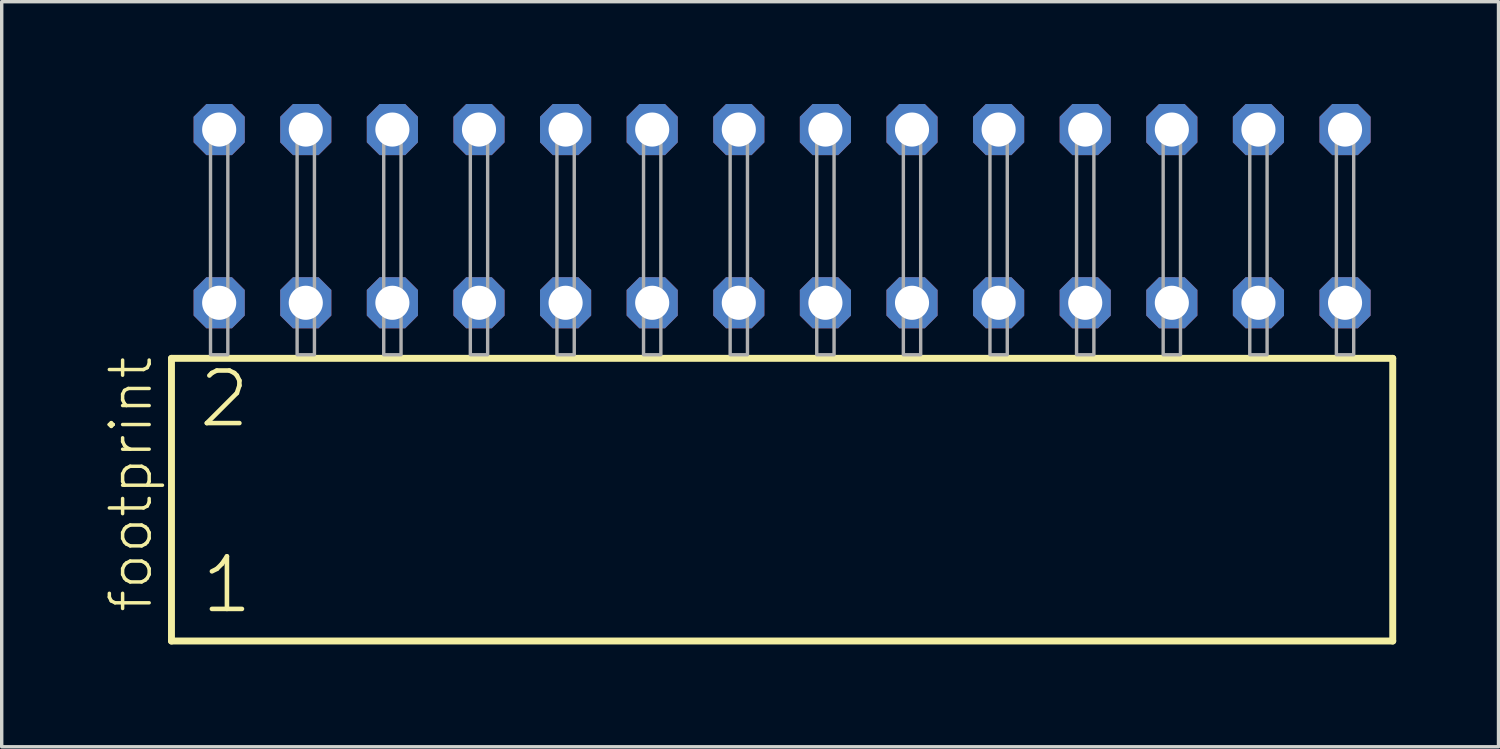
<source format=kicad_pcb>
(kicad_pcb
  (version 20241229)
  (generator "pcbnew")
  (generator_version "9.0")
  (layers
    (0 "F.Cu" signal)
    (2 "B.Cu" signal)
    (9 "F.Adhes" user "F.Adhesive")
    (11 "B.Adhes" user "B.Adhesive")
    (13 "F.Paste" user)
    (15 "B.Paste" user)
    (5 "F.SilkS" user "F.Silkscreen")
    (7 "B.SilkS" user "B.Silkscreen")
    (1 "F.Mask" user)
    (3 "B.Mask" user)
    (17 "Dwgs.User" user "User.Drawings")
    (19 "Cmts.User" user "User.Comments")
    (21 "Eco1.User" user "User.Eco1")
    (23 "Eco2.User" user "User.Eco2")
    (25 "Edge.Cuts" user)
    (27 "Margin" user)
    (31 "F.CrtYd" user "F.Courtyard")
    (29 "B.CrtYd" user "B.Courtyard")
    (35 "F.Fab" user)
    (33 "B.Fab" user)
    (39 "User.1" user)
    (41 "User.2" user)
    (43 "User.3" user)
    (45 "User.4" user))
  (footprint "footprint"
    (layer "F.Cu")
    (at 19.888 7.354)
    (property "Reference" "footprint" (at -18.415 7.62 90) (layer "F.SilkS") (effects (font (size 1.168 1.168) (thickness 0.102)) (justify left bottom)))
    (fp_line (start -17.909 0.106) (end -17.909 8.396) (stroke (width 0.203) (type solid)) (layer "F.SilkS"))
    (fp_line (start -17.909 8.396) (end 17.909 8.396) (stroke (width 0.203) (type solid)) (layer "F.SilkS"))
    (fp_line (start 17.909 0.106) (end -17.909 0.106) (stroke (width 0.203) (type solid)) (layer "F.SilkS"))
    (fp_line (start 17.909 8.396) (end 17.909 0.106) (stroke (width 0.203) (type solid)) (layer "F.SilkS"))
    (fp_poly (pts (xy -16.764 0) (xy -16.256 0) (xy -16.256 -6.858) (xy -16.764 -6.858)) (stroke (width 0.1) (type solid)) (fill no) (layer "F.Fab"))
    (fp_poly (pts (xy -14.224 0) (xy -13.716 0) (xy -13.716 -6.858) (xy -14.224 -6.858)) (stroke (width 0.1) (type solid)) (fill no) (layer "F.Fab"))
    (fp_poly (pts (xy -11.684 0) (xy -11.176 0) (xy -11.176 -6.858) (xy -11.684 -6.858)) (stroke (width 0.1) (type solid)) (fill no) (layer "F.Fab"))
    (fp_poly (pts (xy -9.144 0) (xy -8.636 0) (xy -8.636 -6.858) (xy -9.144 -6.858)) (stroke (width 0.1) (type solid)) (fill no) (layer "F.Fab"))
    (fp_poly (pts (xy -6.604 0) (xy -6.096 0) (xy -6.096 -6.858) (xy -6.604 -6.858)) (stroke (width 0.1) (type solid)) (fill no) (layer "F.Fab"))
    (fp_poly (pts (xy -4.064 0) (xy -3.556 0) (xy -3.556 -6.858) (xy -4.064 -6.858)) (stroke (width 0.1) (type solid)) (fill no) (layer "F.Fab"))
    (fp_poly (pts (xy -1.524 0) (xy -1.016 0) (xy -1.016 -6.858) (xy -1.524 -6.858)) (stroke (width 0.1) (type solid)) (fill no) (layer "F.Fab"))
    (fp_poly (pts (xy 1.016 0) (xy 1.524 0) (xy 1.524 -6.858) (xy 1.016 -6.858)) (stroke (width 0.1) (type solid)) (fill no) (layer "F.Fab"))
    (fp_poly (pts (xy 3.556 0) (xy 4.064 0) (xy 4.064 -6.858) (xy 3.556 -6.858)) (stroke (width 0.1) (type solid)) (fill no) (layer "F.Fab"))
    (fp_poly (pts (xy 6.096 0) (xy 6.604 0) (xy 6.604 -6.858) (xy 6.096 -6.858)) (stroke (width 0.1) (type solid)) (fill no) (layer "F.Fab"))
    (fp_poly (pts (xy 8.636 0) (xy 9.144 0) (xy 9.144 -6.858) (xy 8.636 -6.858)) (stroke (width 0.1) (type solid)) (fill no) (layer "F.Fab"))
    (fp_poly (pts (xy 11.176 0) (xy 11.684 0) (xy 11.684 -6.858) (xy 11.176 -6.858)) (stroke (width 0.1) (type solid)) (fill no) (layer "F.Fab"))
    (fp_poly (pts (xy 13.716 0) (xy 14.224 0) (xy 14.224 -6.858) (xy 13.716 -6.858)) (stroke (width 0.1) (type solid)) (fill no) (layer "F.Fab"))
    (fp_poly (pts (xy 16.256 0) (xy 16.764 0) (xy 16.764 -6.858) (xy 16.256 -6.858)) (stroke (width 0.1) (type solid)) (fill no) (layer "F.Fab"))
    (fp_text user "1" (at -17.105 7.65 0) (layer "F.SilkS") (effects (font (size 1.542 1.542) (thickness 0.134)) (justify left bottom)))
    (fp_text user "2" (at -17.18 2.2 0) (layer "F.SilkS") (effects (font (size 1.542 1.542) (thickness 0.134)) (justify left bottom)))
    (pad "1" thru_hole roundrect (at -16.51 -1.524) (size 1.5 1.5) (drill 1) (layers "*.Cu" "*.Mask") (roundrect_rratio 0.25) (chamfer_ratio 0.25) (chamfer top_left top_right bottom_left bottom_right))
    (pad "2" thru_hole roundrect (at -16.51 -6.604) (size 1.5 1.5) (drill 1) (layers "*.Cu" "*.Mask") (roundrect_rratio 0.25) (chamfer_ratio 0.25) (chamfer top_left top_right bottom_left bottom_right))
    (pad "3" thru_hole roundrect (at -13.97 -1.524) (size 1.5 1.5) (drill 1) (layers "*.Cu" "*.Mask") (roundrect_rratio 0.25) (chamfer_ratio 0.25) (chamfer top_left top_right bottom_left bottom_right))
    (pad "4" thru_hole roundrect (at -13.97 -6.604) (size 1.5 1.5) (drill 1) (layers "*.Cu" "*.Mask") (roundrect_rratio 0.25) (chamfer_ratio 0.25) (chamfer top_left top_right bottom_left bottom_right))
    (pad "5" thru_hole roundrect (at -11.43 -1.524) (size 1.5 1.5) (drill 1) (layers "*.Cu" "*.Mask") (roundrect_rratio 0.25) (chamfer_ratio 0.25) (chamfer top_left top_right bottom_left bottom_right))
    (pad "6" thru_hole roundrect (at -11.43 -6.604) (size 1.5 1.5) (drill 1) (layers "*.Cu" "*.Mask") (roundrect_rratio 0.25) (chamfer_ratio 0.25) (chamfer top_left top_right bottom_left bottom_right))
    (pad "7" thru_hole roundrect (at -8.89 -1.524) (size 1.5 1.5) (drill 1) (layers "*.Cu" "*.Mask") (roundrect_rratio 0.25) (chamfer_ratio 0.25) (chamfer top_left top_right bottom_left bottom_right))
    (pad "8" thru_hole roundrect (at -8.89 -6.604) (size 1.5 1.5) (drill 1) (layers "*.Cu" "*.Mask") (roundrect_rratio 0.25) (chamfer_ratio 0.25) (chamfer top_left top_right bottom_left bottom_right))
    (pad "9" thru_hole roundrect (at -6.35 -1.524) (size 1.5 1.5) (drill 1) (layers "*.Cu" "*.Mask") (roundrect_rratio 0.25) (chamfer_ratio 0.25) (chamfer top_left top_right bottom_left bottom_right))
    (pad "10" thru_hole roundrect (at -6.35 -6.604) (size 1.5 1.5) (drill 1) (layers "*.Cu" "*.Mask") (roundrect_rratio 0.25) (chamfer_ratio 0.25) (chamfer top_left top_right bottom_left bottom_right))
    (pad "11" thru_hole roundrect (at -3.81 -1.524) (size 1.5 1.5) (drill 1) (layers "*.Cu" "*.Mask") (roundrect_rratio 0.25) (chamfer_ratio 0.25) (chamfer top_left top_right bottom_left bottom_right))
    (pad "12" thru_hole roundrect (at -3.81 -6.604) (size 1.5 1.5) (drill 1) (layers "*.Cu" "*.Mask") (roundrect_rratio 0.25) (chamfer_ratio 0.25) (chamfer top_left top_right bottom_left bottom_right))
    (pad "13" thru_hole roundrect (at -1.27 -1.524) (size 1.5 1.5) (drill 1) (layers "*.Cu" "*.Mask") (roundrect_rratio 0.25) (chamfer_ratio 0.25) (chamfer top_left top_right bottom_left bottom_right))
    (pad "14" thru_hole roundrect (at -1.27 -6.604) (size 1.5 1.5) (drill 1) (layers "*.Cu" "*.Mask") (roundrect_rratio 0.25) (chamfer_ratio 0.25) (chamfer top_left top_right bottom_left bottom_right))
    (pad "15" thru_hole roundrect (at 1.27 -1.524) (size 1.5 1.5) (drill 1) (layers "*.Cu" "*.Mask") (roundrect_rratio 0.25) (chamfer_ratio 0.25) (chamfer top_left top_right bottom_left bottom_right))
    (pad "16" thru_hole roundrect (at 1.27 -6.604) (size 1.5 1.5) (drill 1) (layers "*.Cu" "*.Mask") (roundrect_rratio 0.25) (chamfer_ratio 0.25) (chamfer top_left top_right bottom_left bottom_right))
    (pad "17" thru_hole roundrect (at 3.81 -1.524) (size 1.5 1.5) (drill 1) (layers "*.Cu" "*.Mask") (roundrect_rratio 0.25) (chamfer_ratio 0.25) (chamfer top_left top_right bottom_left bottom_right))
    (pad "18" thru_hole roundrect (at 3.81 -6.604) (size 1.5 1.5) (drill 1) (layers "*.Cu" "*.Mask") (roundrect_rratio 0.25) (chamfer_ratio 0.25) (chamfer top_left top_right bottom_left bottom_right))
    (pad "19" thru_hole roundrect (at 6.35 -1.524) (size 1.5 1.5) (drill 1) (layers "*.Cu" "*.Mask") (roundrect_rratio 0.25) (chamfer_ratio 0.25) (chamfer top_left top_right bottom_left bottom_right))
    (pad "20" thru_hole roundrect (at 6.35 -6.604) (size 1.5 1.5) (drill 1) (layers "*.Cu" "*.Mask") (roundrect_rratio 0.25) (chamfer_ratio 0.25) (chamfer top_left top_right bottom_left bottom_right))
    (pad "21" thru_hole roundrect (at 8.89 -1.524) (size 1.5 1.5) (drill 1) (layers "*.Cu" "*.Mask") (roundrect_rratio 0.25) (chamfer_ratio 0.25) (chamfer top_left top_right bottom_left bottom_right))
    (pad "22" thru_hole roundrect (at 8.89 -6.604) (size 1.5 1.5) (drill 1) (layers "*.Cu" "*.Mask") (roundrect_rratio 0.25) (chamfer_ratio 0.25) (chamfer top_left top_right bottom_left bottom_right))
    (pad "23" thru_hole roundrect (at 11.43 -1.524) (size 1.5 1.5) (drill 1) (layers "*.Cu" "*.Mask") (roundrect_rratio 0.25) (chamfer_ratio 0.25) (chamfer top_left top_right bottom_left bottom_right))
    (pad "24" thru_hole roundrect (at 11.43 -6.604) (size 1.5 1.5) (drill 1) (layers "*.Cu" "*.Mask") (roundrect_rratio 0.25) (chamfer_ratio 0.25) (chamfer top_left top_right bottom_left bottom_right))
    (pad "25" thru_hole roundrect (at 13.97 -1.524) (size 1.5 1.5) (drill 1) (layers "*.Cu" "*.Mask") (roundrect_rratio 0.25) (chamfer_ratio 0.25) (chamfer top_left top_right bottom_left bottom_right))
    (pad "26" thru_hole roundrect (at 13.97 -6.604) (size 1.5 1.5) (drill 1) (layers "*.Cu" "*.Mask") (roundrect_rratio 0.25) (chamfer_ratio 0.25) (chamfer top_left top_right bottom_left bottom_right))
    (pad "27" thru_hole roundrect (at 16.51 -1.524) (size 1.5 1.5) (drill 1) (layers "*.Cu" "*.Mask") (roundrect_rratio 0.25) (chamfer_ratio 0.25) (chamfer top_left top_right bottom_left bottom_right))
    (pad "28" thru_hole roundrect (at 16.51 -6.604) (size 1.5 1.5) (drill 1) (layers "*.Cu" "*.Mask") (roundrect_rratio 0.25) (chamfer_ratio 0.25) (chamfer top_left top_right bottom_left bottom_right)))
  (gr_rect
    (start -3 -3)
    (end 40.899 18.852)
    (stroke (width 0.1) (type default))
    (fill no)
    (layer "Edge.Cuts")))
</source>
